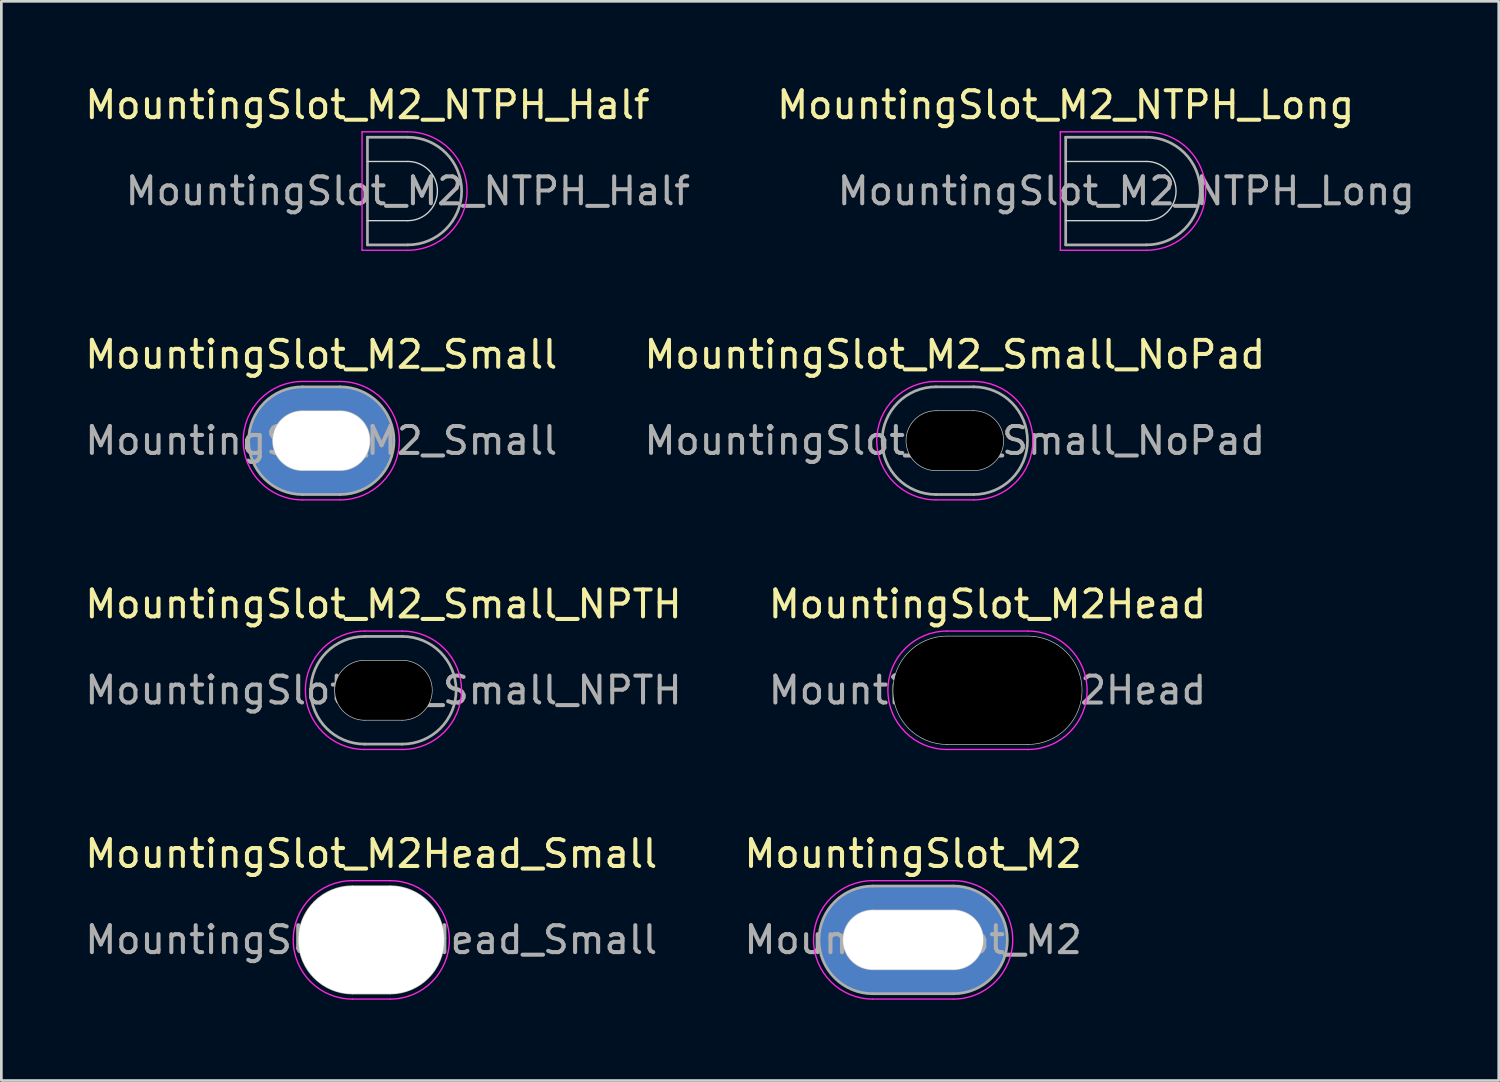
<source format=kicad_pcb>
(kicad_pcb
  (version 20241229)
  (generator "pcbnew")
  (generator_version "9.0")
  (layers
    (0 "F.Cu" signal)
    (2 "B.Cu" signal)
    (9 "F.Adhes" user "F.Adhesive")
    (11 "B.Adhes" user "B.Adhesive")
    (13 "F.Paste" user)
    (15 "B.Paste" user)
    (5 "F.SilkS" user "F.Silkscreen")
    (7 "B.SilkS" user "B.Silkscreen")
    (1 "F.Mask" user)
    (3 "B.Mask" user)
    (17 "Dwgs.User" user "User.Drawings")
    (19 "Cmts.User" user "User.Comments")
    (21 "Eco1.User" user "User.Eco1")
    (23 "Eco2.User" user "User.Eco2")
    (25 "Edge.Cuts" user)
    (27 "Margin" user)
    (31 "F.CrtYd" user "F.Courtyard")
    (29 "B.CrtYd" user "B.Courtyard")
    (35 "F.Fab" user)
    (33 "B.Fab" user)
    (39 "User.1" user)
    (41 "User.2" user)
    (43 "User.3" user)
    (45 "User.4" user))
  (footprint "MountingSlot_M2_Small_NoPad"
    (layer "F.Cu")
    (at 32.423 13.322)
    (property "Reference" "MountingSlot_M2_Small_NoPad" (at 0 -3.2 0) (layer "F.SilkS") (effects (font (size 1 1) (thickness 0.15))))
    (attr exclude_from_pos_files exclude_from_bom)
    (fp_line (start -0.7 -1.1) (end 0.7 -1.1) (stroke (width 0.05) (type default)) (layer "Dwgs.User"))
    (fp_line (start 0.7 1.1) (end -0.7 1.1) (stroke (width 0.05) (type default)) (layer "Dwgs.User"))
    (fp_arc (start -0.7 1.1) (mid -1.8 0) (end -0.7 -1.1) (stroke (width 0.05) (type default)) (layer "Dwgs.User"))
    (fp_arc (start 0.7 -1.1) (mid 1.8 0) (end 0.7 1.1) (stroke (width 0.05) (type default)) (layer "Dwgs.User"))
    (fp_line (start -0.7 -2.2) (end 0.7 -2.2) (stroke (width 0.05) (type default)) (layer "F.CrtYd"))
    (fp_line (start -0.7 2.2) (end 0.7 2.2) (stroke (width 0.05) (type default)) (layer "F.CrtYd"))
    (fp_arc (start -0.7 2.2) (mid -2.9 0) (end -0.7 -2.2) (stroke (width 0.05) (type default)) (layer "F.CrtYd"))
    (fp_arc (start 0.7 -2.2) (mid 2.9 0) (end 0.7 2.2) (stroke (width 0.05) (type default)) (layer "F.CrtYd"))
    (fp_line (start -0.7 -2) (end 0.7 -2) (stroke (width 0.1) (type default)) (layer "F.Fab"))
    (fp_line (start -0.7 2) (end 0.7 2) (stroke (width 0.1) (type default)) (layer "F.Fab"))
    (fp_arc (start -0.7 2) (mid -2.7 0) (end -0.7 -2) (stroke (width 0.1) (type default)) (layer "F.Fab"))
    (fp_arc (start 0.7 -2) (mid 2.7 0) (end 0.7 2) (stroke (width 0.1) (type default)) (layer "F.Fab"))
    (fp_text user "${REFERENCE}" (at 0 0 0) (layer "F.Fab") (effects (font (size 1 1) (thickness 0.15))))
    (pad "" np_thru_hole oval (at 0 0) (size 3.6 2.2) (drill oval 3.6 2.2) (layers))
    (zone (net_name "") (layers "F.Cu" "B.Cu") (hatch edge 0.5) (connect_pads) (min_thickness 0.25) (filled_areas_thickness no) (keepout (tracks not_allowed) (vias not_allowed) (pads not_allowed) (copperpour not_allowed) (footprints allowed)) (placement (enabled no)) (fill) (polygon (pts (arc (start 33.122623 15.5215) (mid 35.322623 13.3215) (end 33.122623 11.1215)) (arc (start 31.722623 11.1215) (mid 29.522623 13.3215) (end 31.722623 15.5215))))))
  (footprint "MountingSlot_M2Head_Small"
    (layer "F.Cu")
    (at 10.744 31.868)
    (property "Reference" "MountingSlot_M2Head_Small" (at 0 -3.2 0) (layer "F.SilkS") (effects (font (size 1 1) (thickness 0.15))))
    (attr exclude_from_pos_files exclude_from_bom)
    (fp_line (start -0.7 -2) (end 0.7 -2) (stroke (width 0.05) (type default)) (layer "Dwgs.User"))
    (fp_line (start 0.7 2) (end -0.7 2) (stroke (width 0.05) (type default)) (layer "Dwgs.User"))
    (fp_arc (start -0.7 2) (mid -2.7 0) (end -0.7 -2) (stroke (width 0.05) (type default)) (layer "Dwgs.User"))
    (fp_arc (start 0.7 -2) (mid 2.7 0) (end 0.7 2) (stroke (width 0.05) (type default)) (layer "Dwgs.User"))
    (fp_line (start -0.7 -2.2) (end 0.7 -2.2) (stroke (width 0.05) (type default)) (layer "F.CrtYd"))
    (fp_line (start -0.7 2.2) (end 0.7 2.2) (stroke (width 0.05) (type default)) (layer "F.CrtYd"))
    (fp_arc (start -0.7 2.2) (mid -2.9 0) (end -0.7 -2.2) (stroke (width 0.05) (type default)) (layer "F.CrtYd"))
    (fp_arc (start 0.7 -2.2) (mid 2.9 0) (end 0.7 2.2) (stroke (width 0.05) (type default)) (layer "F.CrtYd"))
    (fp_text user "${REFERENCE}" (at 0 0 0) (layer "F.Fab") (effects (font (size 1 1) (thickness 0.15))))
    (pad "" np_thru_hole oval (at 0 0) (size 5.4 4) (drill oval 5.4 4) (layers "*.Cu")))
  (footprint "MountingSlot_M2Head"
    (layer "F.Cu")
    (at 33.637 22.595)
    (property "Reference" "MountingSlot_M2Head" (at 0 -3.2 0) (layer "F.SilkS") (effects (font (size 1 1) (thickness 0.15))))
    (attr exclude_from_pos_files exclude_from_bom)
    (fp_line (start -1.5 -2) (end 1.5 -2) (stroke (width 0.05) (type default)) (layer "Dwgs.User"))
    (fp_line (start 1.5 2) (end -1.5 2) (stroke (width 0.05) (type default)) (layer "Dwgs.User"))
    (fp_arc (start -1.5 2) (mid -3.5 0) (end -1.5 -2) (stroke (width 0.05) (type default)) (layer "Dwgs.User"))
    (fp_arc (start 1.5 -2) (mid 3.5 0) (end 1.5 2) (stroke (width 0.05) (type default)) (layer "Dwgs.User"))
    (fp_line (start -1.5 -2.2) (end 1.5 -2.2) (stroke (width 0.05) (type default)) (layer "F.CrtYd"))
    (fp_line (start 1.5 2.2) (end -1.5 2.2) (stroke (width 0.05) (type default)) (layer "F.CrtYd"))
    (fp_arc (start -1.5 2.2) (mid -3.7 0) (end -1.5 -2.2) (stroke (width 0.05) (type default)) (layer "F.CrtYd"))
    (fp_arc (start 1.5 -2.2) (mid 3.7 0) (end 1.5 2.2) (stroke (width 0.05) (type default)) (layer "F.CrtYd"))
    (fp_text user "${REFERENCE}" (at 0 0 0) (layer "F.Fab") (effects (font (size 1 1) (thickness 0.15))))
    (pad "" np_thru_hole roundrect (at 0 0) (size 7 4) (drill oval 7 4) (layers) (roundrect_rratio 0.5)))
  (footprint "MountingSlot_M2_Small_NPTH"
    (layer "F.Cu")
    (at 11.196 22.595)
    (property "Reference" "MountingSlot_M2_Small_NPTH" (at 0 -3.2 0) (layer "F.SilkS") (effects (font (size 1 1) (thickness 0.15))))
    (attr exclude_from_pos_files exclude_from_bom)
    (fp_line (start -0.7 -1.1) (end 0.7 -1.1) (stroke (width 0.05) (type default)) (layer "Dwgs.User"))
    (fp_line (start 0.7 1.1) (end -0.7 1.1) (stroke (width 0.05) (type default)) (layer "Dwgs.User"))
    (fp_arc (start -0.7 1.1) (mid -1.8 0) (end -0.7 -1.1) (stroke (width 0.05) (type default)) (layer "Dwgs.User"))
    (fp_arc (start 0.7 -1.1) (mid 1.8 0) (end 0.7 1.1) (stroke (width 0.05) (type default)) (layer "Dwgs.User"))
    (fp_line (start -0.7 -2.2) (end 0.7 -2.2) (stroke (width 0.05) (type default)) (layer "F.CrtYd"))
    (fp_line (start -0.7 2.2) (end 0.7 2.2) (stroke (width 0.05) (type default)) (layer "F.CrtYd"))
    (fp_arc (start -0.7 2.2) (mid -2.9 0) (end -0.7 -2.2) (stroke (width 0.05) (type default)) (layer "F.CrtYd"))
    (fp_arc (start 0.7 -2.2) (mid 2.9 0) (end 0.7 2.2) (stroke (width 0.05) (type default)) (layer "F.CrtYd"))
    (fp_line (start -0.7 -2) (end 0.7 -2) (stroke (width 0.1) (type default)) (layer "F.Fab"))
    (fp_line (start -0.7 2) (end 0.7 2) (stroke (width 0.1) (type default)) (layer "F.Fab"))
    (fp_arc (start -0.7 2) (mid -2.7 0) (end -0.7 -2) (stroke (width 0.1) (type default)) (layer "F.Fab"))
    (fp_arc (start 0.7 -2) (mid 2.7 0) (end 0.7 2) (stroke (width 0.1) (type default)) (layer "F.Fab"))
    (fp_text user "${REFERENCE}" (at 0 0 0) (layer "F.Fab") (effects (font (size 1 1) (thickness 0.15))))
    (pad "" np_thru_hole oval (at 0 0) (size 5.4 4) (drill oval 3.6 2.2) (layers "*.Mask"))
    (zone (net_name "") (layers "F.Cu" "B.Cu") (hatch edge 0.5) (connect_pads) (min_thickness 0.25) (filled_areas_thickness no) (keepout (tracks not_allowed) (vias not_allowed) (pads not_allowed) (copperpour not_allowed) (footprints allowed)) (placement (enabled no)) (fill) (polygon (pts (arc (start 11.89643 24.79475) (mid 14.09643 22.59475) (end 11.89643 20.39475)) (arc (start 10.49643 20.39475) (mid 8.29643 22.59475) (end 10.49643 24.79475))))))
  (footprint "MountingSlot_M2"
    (layer "F.Cu")
    (at 30.875 31.868)
    (property "Reference" "MountingSlot_M2" (at 0 -3.2 0) (layer "F.SilkS") (effects (font (size 1 1) (thickness 0.15))))
    (attr exclude_from_pos_files exclude_from_bom)
    (fp_line (start -1.5 -1.1) (end 1.5 -1.1) (stroke (width 0.05) (type default)) (layer "Dwgs.User"))
    (fp_line (start 1.5 1.1) (end -1.5 1.1) (stroke (width 0.05) (type default)) (layer "Dwgs.User"))
    (fp_arc (start -1.5 1.1) (mid -2.6 0) (end -1.5 -1.1) (stroke (width 0.05) (type default)) (layer "Dwgs.User"))
    (fp_arc (start 1.5 -1.1) (mid 2.6 0) (end 1.5 1.1) (stroke (width 0.05) (type default)) (layer "Dwgs.User"))
    (fp_line (start -1.5 -2.2) (end 1.5 -2.2) (stroke (width 0.05) (type default)) (layer "F.CrtYd"))
    (fp_line (start 1.5 2.2) (end -1.5 2.2) (stroke (width 0.05) (type default)) (layer "F.CrtYd"))
    (fp_arc (start -1.5 2.2) (mid -3.7 0) (end -1.5 -2.2) (stroke (width 0.05) (type default)) (layer "F.CrtYd"))
    (fp_arc (start 1.5 -2.2) (mid 3.7 0) (end 1.5 2.2) (stroke (width 0.05) (type default)) (layer "F.CrtYd"))
    (fp_line (start -1.5 -2) (end 1.5 -2) (stroke (width 0.1) (type default)) (layer "F.Fab"))
    (fp_line (start -1.5 2) (end 1.5 2) (stroke (width 0.1) (type default)) (layer "F.Fab"))
    (fp_arc (start -1.5 2) (mid -3.5 0) (end -1.5 -2) (stroke (width 0.1) (type default)) (layer "F.Fab"))
    (fp_arc (start 1.5 -2) (mid 3.5 0) (end 1.5 2) (stroke (width 0.1) (type default)) (layer "F.Fab"))
    (fp_text user "${REFERENCE}" (at 0 0 0) (layer "F.Fab") (effects (font (size 1 1) (thickness 0.15))))
    (pad "1" thru_hole roundrect (at 0 0) (size 7 4) (drill oval 5.2 2.2) (layers "*.Cu" "*.Mask") (roundrect_rratio 0.5)))
  (footprint "MountingSlot_M2_NTPH_Long"
    (layer "F.Cu")
    (at 36.542 4.048)
    (property "Reference" "MountingSlot_M2_NTPH_Long" (at 0 -3.2 0) (layer "F.SilkS") (effects (font (size 1 1) (thickness 0.15))))
    (attr exclude_from_pos_files exclude_from_bom)
    (fp_poly (pts (xy 3 -2) (xy 3.143 -1.997) (xy 3.426 -1.957) (xy 3.7 -1.876) (xy 3.96 -1.758) (xy 4.2 -1.603) (xy 4.416 -1.416) (xy 4.603 -1.2) (xy 4.758 -0.96) (xy 4.876 -0.7) (xy 4.957 -0.426) (xy 4.997 -0.143) (xy 4.997 0.143) (xy 4.957 0.426) (xy 4.876 0.7) (xy 4.758 0.96) (xy 4.603 1.2) (xy 4.416 1.416) (xy 4.2 1.603) (xy 3.96 1.758) (xy 3.7 1.876) (xy 3.426 1.957) (xy 3.143 1.997) (xy 3 2) (xy 0 2) (xy 0 -2)) (stroke (width 0) (type solid)) (fill yes) (layer "F.Mask"))
    (fp_poly (pts (xy 3 -2) (xy 3.143 -1.997) (xy 3.426 -1.957) (xy 3.7 -1.876) (xy 3.96 -1.758) (xy 4.2 -1.603) (xy 4.416 -1.416) (xy 4.603 -1.2) (xy 4.758 -0.96) (xy 4.876 -0.7) (xy 4.957 -0.426) (xy 4.997 -0.143) (xy 4.997 0.143) (xy 4.957 0.426) (xy 4.876 0.7) (xy 4.758 0.96) (xy 4.603 1.2) (xy 4.416 1.416) (xy 4.2 1.603) (xy 3.96 1.758) (xy 3.7 1.876) (xy 3.426 1.957) (xy 3.143 1.997) (xy 3 2) (xy 0 2) (xy 0 -2)) (stroke (width 0) (type solid)) (fill yes) (layer "B.Mask"))
    (fp_line (start 0 -1.1) (end 3 -1.1) (stroke (width 0.05) (type default)) (layer "Edge.Cuts"))
    (fp_line (start 0 1.1) (end 3 1.1) (stroke (width 0.05) (type default)) (layer "Edge.Cuts"))
    (fp_arc (start 3 -1.1) (mid 4.1 0) (end 3 1.1) (stroke (width 0.05) (type default)) (layer "Edge.Cuts"))
    (fp_line (start -0.2 -2.2) (end 3 -2.2) (stroke (width 0.05) (type default)) (layer "F.CrtYd"))
    (fp_line (start -0.2 2.2) (end -0.2 -2.2) (stroke (width 0.05) (type default)) (layer "F.CrtYd"))
    (fp_line (start 3 2.2) (end -0.2 2.2) (stroke (width 0.05) (type default)) (layer "F.CrtYd"))
    (fp_arc (start 3 -2.2) (mid 5.2 0) (end 3 2.2) (stroke (width 0.05) (type default)) (layer "F.CrtYd"))
    (fp_line (start 0 -2) (end 0 2) (stroke (width 0.1) (type default)) (layer "F.Fab"))
    (fp_line (start 0 -2) (end 3 -2) (stroke (width 0.1) (type default)) (layer "F.Fab"))
    (fp_line (start 0 2) (end 3 2) (stroke (width 0.1) (type default)) (layer "F.Fab"))
    (fp_arc (start 3 -2) (mid 5 0) (end 3 2) (stroke (width 0.1) (type default)) (layer "F.Fab"))
    (fp_text user "${REFERENCE}" (at 2.25 0 0) (layer "F.Fab") (effects (font (size 1 1) (thickness 0.15))))
    (zone (net_name "") (layers "F.Cu" "F.Mask" "B.Cu" "B.Mask") (hatch edge 0.5) (connect_pads) (min_thickness 0.25) (filled_areas_thickness no) (keepout (tracks not_allowed) (vias not_allowed) (pads not_allowed) (copperpour not_allowed) (footprints allowed)) (placement (enabled no)) (fill) (polygon (pts (xy 36.342 1.848) (xy 36.342 6.248) (xy 39.542 6.248) (xy 39.692 6.246) (xy 39.99 6.205) (xy 40.279 6.124) (xy 40.555 6.004) (xy 40.812 5.848) (xy 41.045 5.658) (xy 41.25 5.438) (xy 41.424 5.193) (xy 41.562 4.926) (xy 41.663 4.642) (xy 41.724 4.348) (xy 41.744 4.048) (xy 41.724 3.748) (xy 41.663 3.454) (xy 41.562 3.171) (xy 41.424 2.904) (xy 41.25 2.658) (xy 41.045 2.439) (xy 40.812 2.249) (xy 40.555 2.093) (xy 40.279 1.973) (xy 39.99 1.892) (xy 39.692 1.851) (xy 39.542 1.848)))))
  (footprint "MountingSlot_M2_NTPH_Half"
    (layer "F.Cu")
    (at 10.601 4.048)
    (property "Reference" "MountingSlot_M2_NTPH_Half" (at 0 -3.2 0) (layer "F.SilkS") (effects (font (size 1 1) (thickness 0.15))))
    (attr exclude_from_pos_files exclude_from_bom)
    (fp_poly (pts (arc (start 1.5 -2) (mid 3.5 0) (end 1.5 2)) (xy 0 2) (xy 0 -2)) (stroke (width 0) (type solid)) (fill yes) (layer "F.Mask"))
    (fp_poly (pts (arc (start 1.5 -2) (mid 3.5 0) (end 1.5 2)) (xy 0 2) (xy 0 -2)) (stroke (width 0) (type solid)) (fill yes) (layer "B.Mask"))
    (fp_line (start 0 -1.1) (end 1.5 -1.1) (stroke (width 0.05) (type default)) (layer "Edge.Cuts"))
    (fp_line (start 0 1.1) (end 1.5 1.1) (stroke (width 0.05) (type default)) (layer "Edge.Cuts"))
    (fp_arc (start 1.5 -1.1) (mid 2.6 0) (end 1.5 1.1) (stroke (width 0.05) (type default)) (layer "Edge.Cuts"))
    (fp_line (start -0.2 -2.2) (end 1.5 -2.2) (stroke (width 0.05) (type default)) (layer "F.CrtYd"))
    (fp_line (start -0.2 2.2) (end -0.2 -2.2) (stroke (width 0.05) (type default)) (layer "F.CrtYd"))
    (fp_line (start 1.5 2.2) (end -0.2 2.2) (stroke (width 0.05) (type default)) (layer "F.CrtYd"))
    (fp_arc (start 1.5 -2.2) (mid 3.7 0) (end 1.5 2.2) (stroke (width 0.05) (type default)) (layer "F.CrtYd"))
    (fp_line (start 0 -2) (end 0 2) (stroke (width 0.1) (type default)) (layer "F.Fab"))
    (fp_line (start 0 -2) (end 1.5 -2) (stroke (width 0.1) (type default)) (layer "F.Fab"))
    (fp_line (start 0 2) (end 1.5 2) (stroke (width 0.1) (type default)) (layer "F.Fab"))
    (fp_arc (start 1.5 -2) (mid 3.5 0) (end 1.5 2) (stroke (width 0.1) (type default)) (layer "F.Fab"))
    (fp_text user "${REFERENCE}" (at 1.5 0 0) (layer "F.Fab") (effects (font (size 1 1) (thickness 0.15))))
    (zone (net_name "") (layers "F.Cu" "B.Cu") (hatch edge 0.5) (connect_pads) (min_thickness 0.25) (filled_areas_thickness no) (keepout (tracks not_allowed) (vias not_allowed) (pads not_allowed) (copperpour not_allowed) (footprints allowed)) (placement (enabled no)) (fill) (polygon (pts (xy 10.401 1.848) (xy 10.401 6.248) (xy 12.101 6.248) (xy 12.252 6.246) (xy 12.549 6.205) (xy 12.839 6.124) (xy 13.115 6.004) (xy 13.371 5.848) (xy 13.605 5.658) (xy 13.81 5.438) (xy 13.983 5.193) (xy 14.121 4.926) (xy 14.222 4.642) (xy 14.283 4.348) (xy 14.304 4.048) (xy 14.283 3.748) (xy 14.222 3.454) (xy 14.121 3.171) (xy 13.983 2.904) (xy 13.81 2.658) (xy 13.605 2.439) (xy 13.371 2.249) (xy 13.115 2.093) (xy 12.839 1.973) (xy 12.549 1.892) (xy 12.252 1.851) (xy 12.101 1.848)))))
  (footprint "MountingSlot_M2_Small"
    (layer "F.Cu")
    (at 8.887 13.322)
    (property "Reference" "MountingSlot_M2_Small" (at 0 -3.2 0) (layer "F.SilkS") (effects (font (size 1 1) (thickness 0.15))))
    (attr exclude_from_pos_files exclude_from_bom)
    (fp_line (start -0.7 -1.1) (end 0.7 -1.1) (stroke (width 0.05) (type default)) (layer "Dwgs.User"))
    (fp_line (start 0.7 1.1) (end -0.7 1.1) (stroke (width 0.05) (type default)) (layer "Dwgs.User"))
    (fp_arc (start -0.7 1.1) (mid -1.8 0) (end -0.7 -1.1) (stroke (width 0.05) (type default)) (layer "Dwgs.User"))
    (fp_arc (start 0.7 -1.1) (mid 1.8 0) (end 0.7 1.1) (stroke (width 0.05) (type default)) (layer "Dwgs.User"))
    (fp_line (start -0.7 -2.2) (end 0.7 -2.2) (stroke (width 0.05) (type default)) (layer "F.CrtYd"))
    (fp_line (start -0.7 2.2) (end 0.7 2.2) (stroke (width 0.05) (type default)) (layer "F.CrtYd"))
    (fp_arc (start -0.7 2.2) (mid -2.9 0) (end -0.7 -2.2) (stroke (width 0.05) (type default)) (layer "F.CrtYd"))
    (fp_arc (start 0.7 -2.2) (mid 2.9 0) (end 0.7 2.2) (stroke (width 0.05) (type default)) (layer "F.CrtYd"))
    (fp_line (start -0.7 -2) (end 0.7 -2) (stroke (width 0.1) (type default)) (layer "F.Fab"))
    (fp_line (start -0.7 2) (end 0.7 2) (stroke (width 0.1) (type default)) (layer "F.Fab"))
    (fp_arc (start -0.7 2) (mid -2.7 0) (end -0.7 -2) (stroke (width 0.1) (type default)) (layer "F.Fab"))
    (fp_arc (start 0.7 -2) (mid 2.7 0) (end 0.7 2) (stroke (width 0.1) (type default)) (layer "F.Fab"))
    (fp_text user "${REFERENCE}" (at 0 0 0) (layer "F.Fab") (effects (font (size 1 1) (thickness 0.15))))
    (pad "1" thru_hole oval (at 0 0) (size 5.4 4) (drill oval 3.6 2.2) (layers "*.Cu" "*.Mask")))
  (gr_rect
    (start -3 -3)
    (end 52.631 37.093)
    (stroke (width 0.1) (type default))
    (fill no)
    (layer "Edge.Cuts")))
</source>
